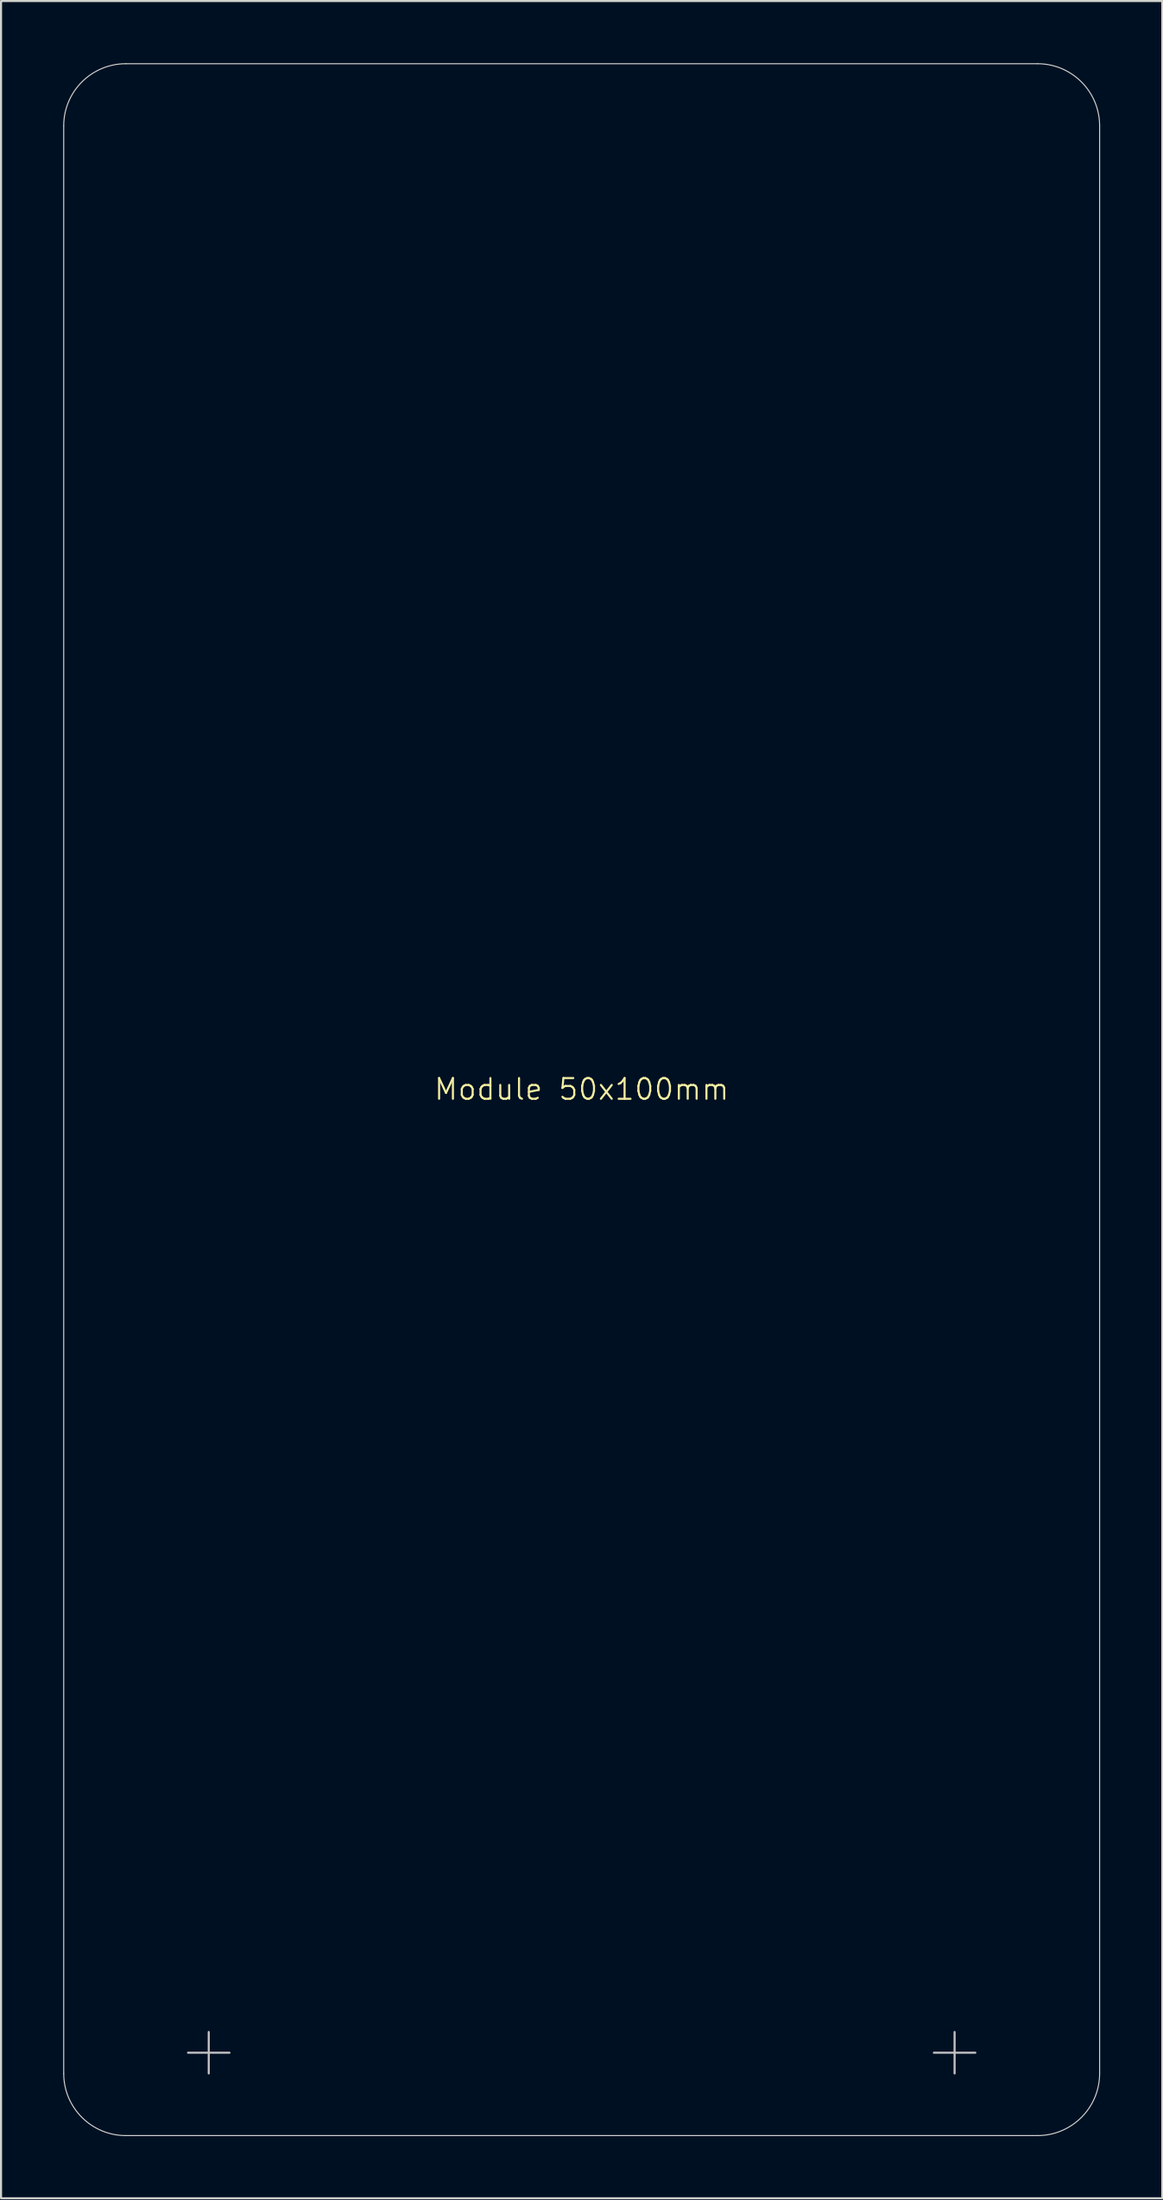
<source format=kicad_pcb>
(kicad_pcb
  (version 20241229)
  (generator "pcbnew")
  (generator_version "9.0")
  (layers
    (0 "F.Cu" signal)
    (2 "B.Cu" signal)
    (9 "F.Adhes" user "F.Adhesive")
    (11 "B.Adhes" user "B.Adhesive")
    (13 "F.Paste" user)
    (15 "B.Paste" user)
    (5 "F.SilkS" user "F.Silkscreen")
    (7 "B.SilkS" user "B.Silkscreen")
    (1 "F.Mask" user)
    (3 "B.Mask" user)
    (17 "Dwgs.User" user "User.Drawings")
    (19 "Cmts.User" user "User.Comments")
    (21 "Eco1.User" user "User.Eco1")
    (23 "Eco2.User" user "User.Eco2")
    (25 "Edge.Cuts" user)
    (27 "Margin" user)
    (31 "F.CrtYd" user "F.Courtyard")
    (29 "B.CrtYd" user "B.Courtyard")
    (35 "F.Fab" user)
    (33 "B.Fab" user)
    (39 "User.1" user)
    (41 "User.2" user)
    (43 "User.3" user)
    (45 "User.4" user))
  (footprint "Module 50x100mm"
    (layer "F.Cu")
    (at 25.025 50.025)
    (property "Reference" "Module 50x100mm" (at 0 -0.5 0) (unlocked yes) (layer "F.SilkS") (effects (font (size 1 1) (thickness 0.1))))
    (attr smd)
    (fp_line (start -19 46) (end -17 46) (stroke (width 0.1) (type default)) (layer "Dwgs.User"))
    (fp_line (start -18 45) (end -18 47) (stroke (width 0.1) (type default)) (layer "Dwgs.User"))
    (fp_line (start 17 46) (end 19 46) (stroke (width 0.1) (type default)) (layer "Dwgs.User"))
    (fp_line (start 18 45) (end 18 47) (stroke (width 0.1) (type default)) (layer "Dwgs.User"))
    (fp_line (start -25 -47) (end -25 47) (stroke (width 0.05) (type default)) (layer "Edge.Cuts"))
    (fp_line (start -22 50) (end 22 50) (stroke (width 0.05) (type default)) (layer "Edge.Cuts"))
    (fp_line (start 22 -50) (end -22 -50) (stroke (width 0.05) (type default)) (layer "Edge.Cuts"))
    (fp_line (start 25 47) (end 25 -47) (stroke (width 0.05) (type default)) (layer "Edge.Cuts"))
    (fp_arc (start -25 -47) (mid -24.12132 -49.12132) (end -22 -50) (stroke (width 0.05) (type default)) (layer "Edge.Cuts"))
    (fp_arc (start -22 50) (mid -24.12132 49.12132) (end -25 47) (stroke (width 0.05) (type default)) (layer "Edge.Cuts"))
    (fp_arc (start 22 -50) (mid 24.12132 -49.12132) (end 25 -47) (stroke (width 0.05) (type default)) (layer "Edge.Cuts"))
    (fp_arc (start 25 47) (mid 24.12132 49.12132) (end 22 50) (stroke (width 0.05) (type default)) (layer "Edge.Cuts")))
  (gr_rect
    (start -3 -3)
    (end 53.05 103.05)
    (stroke (width 0.1) (type default))
    (fill no)
    (layer "Edge.Cuts")))
</source>
